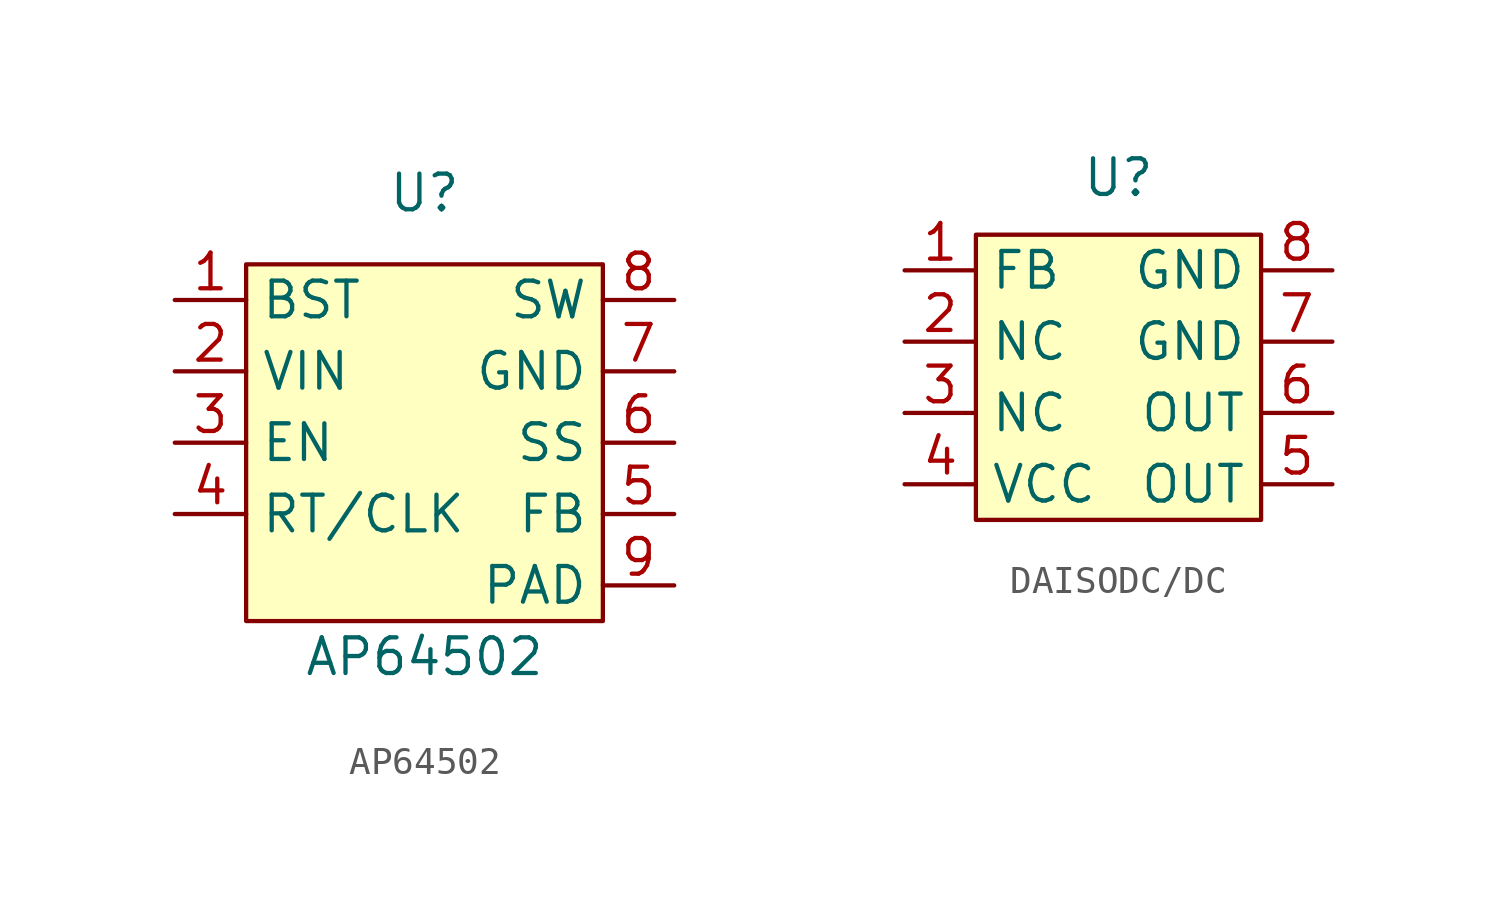
<source format=kicad_sym>
(kicad_symbol_lib
  (version 20231120)
  (generator "kicad_symbol_editor")
  (generator_version "8.0")
  (symbol "AP64502"
    (property "Reference" "U"
      (at 0 0 0)
      (effects (font (size 1.27 1.27))))
    (property "Value" "AP64502"
      (at 0 -16.51 0)
      (effects (font (size 1.27 1.27))))
    (symbol "AP64502_1_1"
      (rectangle (start -6.35 -2.54) (end 6.35 -15.24) (stroke (width 0) (type default)) (fill (type background)))
      (pin input line (at -8.89 -3.81 0) (length 2.54) (name "BST" (effects (font (size 1.27 1.27)))) (number "1" (effects (font (size 1.27 1.27)))))
      (pin input line (at -8.89 -6.35 0) (length 2.54) (name "VIN" (effects (font (size 1.27 1.27)))) (number "2" (effects (font (size 1.27 1.27)))))
      (pin input line (at -8.89 -8.89 0) (length 2.54) (name "EN" (effects (font (size 1.27 1.27)))) (number "3" (effects (font (size 1.27 1.27)))))
      (pin input line (at -8.89 -11.43 0) (length 2.54) (name "RT/CLK" (effects (font (size 1.27 1.27)))) (number "4" (effects (font (size 1.27 1.27)))))
      (pin input line (at 8.89 -11.43 180) (length 2.54) (name "FB" (effects (font (size 1.27 1.27)))) (number "5" (effects (font (size 1.27 1.27)))))
      (pin input line (at 8.89 -8.89 180) (length 2.54) (name "SS" (effects (font (size 1.27 1.27)))) (number "6" (effects (font (size 1.27 1.27)))))
      (pin input line (at 8.89 -6.35 180) (length 2.54) (name "GND" (effects (font (size 1.27 1.27)))) (number "7" (effects (font (size 1.27 1.27)))))
      (pin input line (at 8.89 -3.81 180) (length 2.54) (name "SW" (effects (font (size 1.27 1.27)))) (number "8" (effects (font (size 1.27 1.27)))))
      (pin input line (at 8.89 -13.97 180) (length 2.54) (name "PAD" (effects (font (size 1.27 1.27)))) (number "9" (effects (font (size 1.27 1.27)))))))
  (symbol "DAISODC/DC"
    (property "Reference" "U"
      (at 0 7.112 0)
      (effects (font (size 1.27 1.27))))
    (property "Value" ""
      (at -1.27 0 0)
      (effects (font (size 1.27 1.27))))
    (symbol "DAISODC/DC_1_1"
      (rectangle (start -5.08 5.08) (end 5.08 -5.08) (stroke (width 0) (type default)) (fill (type background)))
      (pin input line (at -7.62 3.81 0) (length 2.54) (name "FB" (effects (font (size 1.27 1.27)))) (number "1" (effects (font (size 1.27 1.27)))))
      (pin input line (at -7.62 1.27 0) (length 2.54) (name "NC" (effects (font (size 1.27 1.27)))) (number "2" (effects (font (size 1.27 1.27)))))
      (pin input line (at -7.62 -1.27 0) (length 2.54) (name "NC" (effects (font (size 1.27 1.27)))) (number "3" (effects (font (size 1.27 1.27)))))
      (pin input line (at -7.62 -3.81 0) (length 2.54) (name "VCC" (effects (font (size 1.27 1.27)))) (number "4" (effects (font (size 1.27 1.27)))))
      (pin input line (at 7.62 -3.81 180) (length 2.54) (name "OUT" (effects (font (size 1.27 1.27)))) (number "5" (effects (font (size 1.27 1.27)))))
      (pin input line (at 7.62 -1.27 180) (length 2.54) (name "OUT" (effects (font (size 1.27 1.27)))) (number "6" (effects (font (size 1.27 1.27)))))
      (pin input line (at 7.62 1.27 180) (length 2.54) (name "GND" (effects (font (size 1.27 1.27)))) (number "7" (effects (font (size 1.27 1.27)))))
      (pin input line (at 7.62 3.81 180) (length 2.54) (name "GND" (effects (font (size 1.27 1.27)))) (number "8" (effects (font (size 1.27 1.27))))))))
</source>
